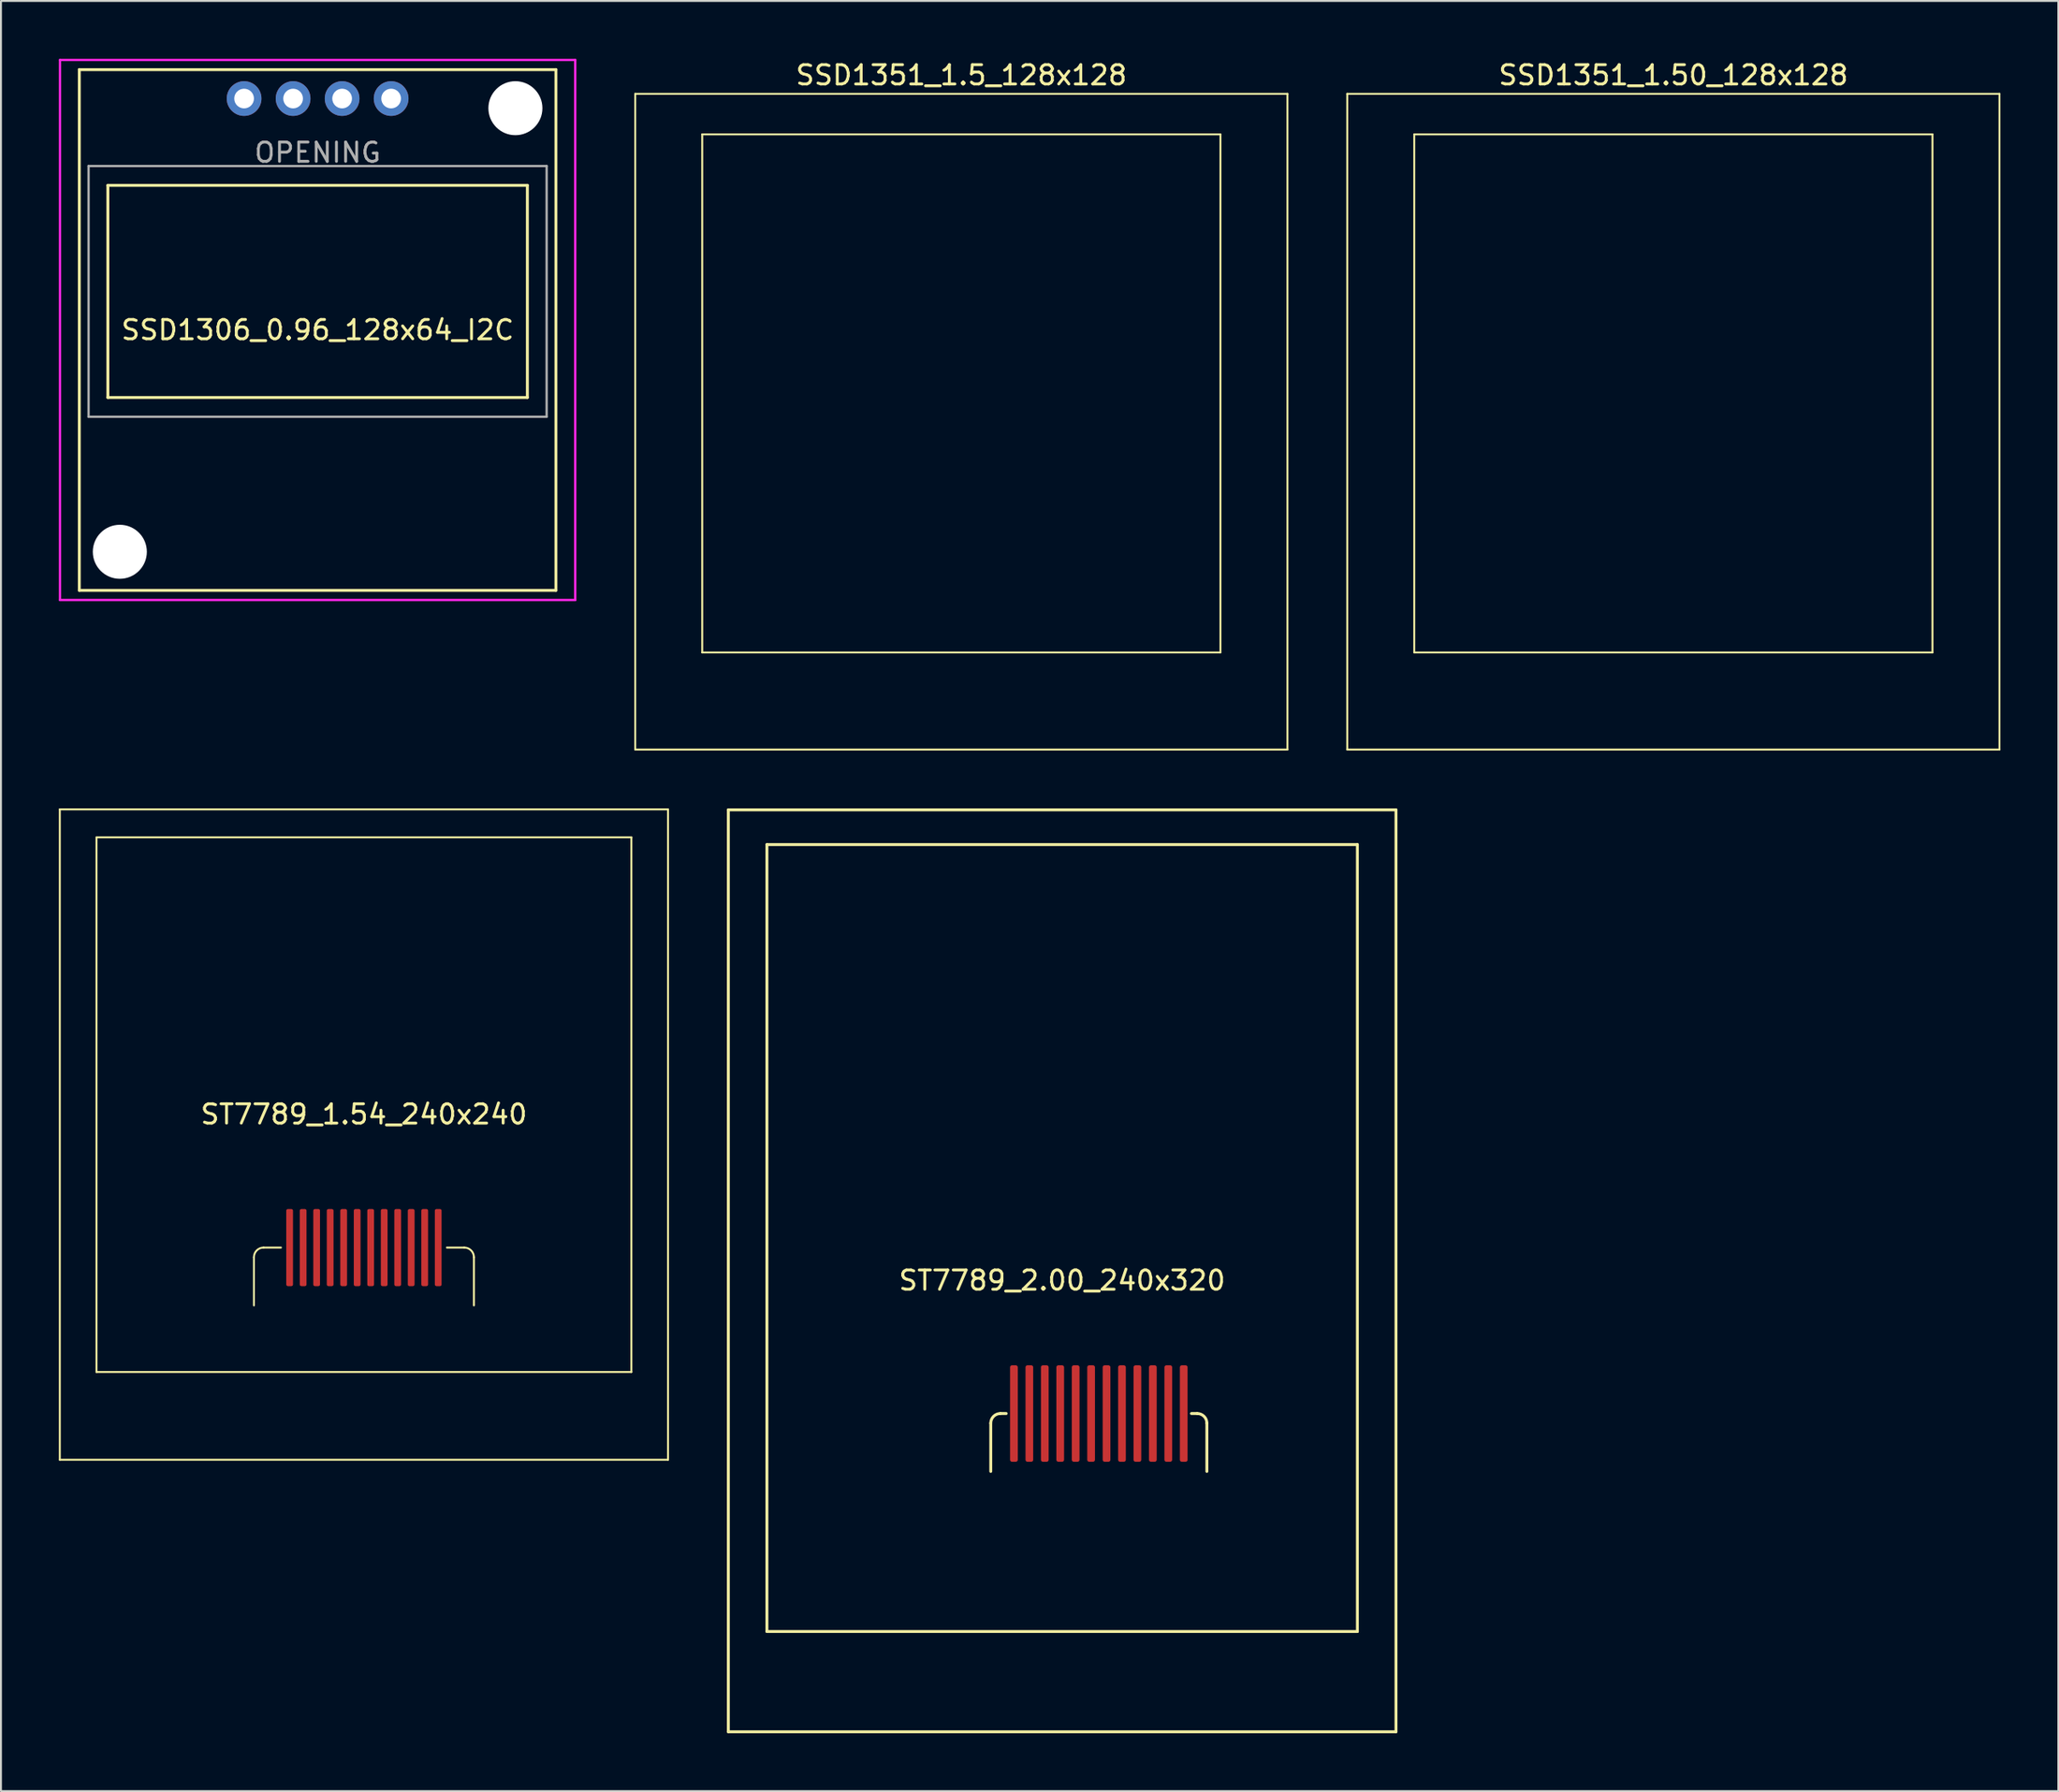
<source format=kicad_pcb>
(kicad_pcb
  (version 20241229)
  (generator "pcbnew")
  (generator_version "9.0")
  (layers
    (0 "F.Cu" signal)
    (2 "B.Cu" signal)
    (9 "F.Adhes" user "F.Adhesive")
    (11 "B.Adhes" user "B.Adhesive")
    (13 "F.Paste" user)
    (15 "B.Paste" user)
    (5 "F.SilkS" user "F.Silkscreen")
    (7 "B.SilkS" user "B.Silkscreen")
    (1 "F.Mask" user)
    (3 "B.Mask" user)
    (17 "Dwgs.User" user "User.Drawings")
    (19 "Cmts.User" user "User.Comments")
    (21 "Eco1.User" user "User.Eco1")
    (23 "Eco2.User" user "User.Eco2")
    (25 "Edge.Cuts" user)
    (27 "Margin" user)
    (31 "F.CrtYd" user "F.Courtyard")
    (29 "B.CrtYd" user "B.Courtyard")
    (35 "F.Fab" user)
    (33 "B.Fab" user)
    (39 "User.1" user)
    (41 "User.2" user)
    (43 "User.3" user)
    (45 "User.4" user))
  (footprint "SSD1351_1.5_128x128"
    (layer "F.Cu")
    (at 46.77 17.348)
    (property "Reference" "SSD1351_1.5_128x128" (at 0 -16.5 0) (layer "F.SilkS") (effects (font (size 1 1) (thickness 0.15))))
    (attr through_hole)
    (fp_line (start -16.9 -15.532) (end -16.9 18.468) (stroke (width 0.1) (type solid)) (layer "F.SilkS"))
    (fp_line (start -16.9 -15.532) (end 16.9 -15.532) (stroke (width 0.1) (type solid)) (layer "F.SilkS"))
    (fp_line (start -16.9 18.468) (end 16.9 18.468) (stroke (width 0.1) (type solid)) (layer "F.SilkS"))
    (fp_line (start -13.428 -13.432) (end -13.428 13.432) (stroke (width 0.1) (type solid)) (layer "F.SilkS"))
    (fp_line (start -13.428 -13.432) (end 13.428 -13.432) (stroke (width 0.1) (type solid)) (layer "F.SilkS"))
    (fp_line (start -13.428 13.432) (end 13.428 13.432) (stroke (width 0.1) (type solid)) (layer "F.SilkS"))
    (fp_line (start 13.428 -13.432) (end 13.428 13.432) (stroke (width 0.1) (type solid)) (layer "F.SilkS"))
    (fp_line (start 16.9 -15.532) (end 16.9 18.468) (stroke (width 0.1) (type solid)) (layer "F.SilkS")))
  (footprint "SSD1351_1.50_128x128"
    (layer "F.Cu")
    (at 83.67 17.348)
    (property "Reference" "SSD1351_1.50_128x128" (at 0 -16.5 0) (layer "F.SilkS") (effects (font (size 1 1) (thickness 0.15))))
    (attr through_hole)
    (fp_line (start -16.9 -15.532) (end -16.9 18.468) (stroke (width 0.1) (type solid)) (layer "F.SilkS"))
    (fp_line (start -16.9 -15.532) (end 16.9 -15.532) (stroke (width 0.1) (type solid)) (layer "F.SilkS"))
    (fp_line (start -16.9 18.468) (end 16.9 18.468) (stroke (width 0.1) (type solid)) (layer "F.SilkS"))
    (fp_line (start -13.428 -13.432) (end -13.428 13.432) (stroke (width 0.1) (type solid)) (layer "F.SilkS"))
    (fp_line (start -13.428 -13.432) (end 13.428 -13.432) (stroke (width 0.1) (type solid)) (layer "F.SilkS"))
    (fp_line (start -13.428 13.432) (end 13.428 13.432) (stroke (width 0.1) (type solid)) (layer "F.SilkS"))
    (fp_line (start 13.428 -13.432) (end 13.428 13.432) (stroke (width 0.1) (type solid)) (layer "F.SilkS"))
    (fp_line (start 16.9 -15.532) (end 16.9 18.468) (stroke (width 0.1) (type solid)) (layer "F.SilkS")))
  (footprint "ST7789_2.00_240x320"
    (layer "F.Cu")
    (at 51.995 62.841)
    (property "Reference" "ST7789_2.00_240x320" (at 0 0.5 0) (layer "F.SilkS") (effects (font (size 1 1) (thickness 0.15))))
    (attr smd)
    (fp_line (start -17.3 -23.9) (end -17.3 23.9) (stroke (width 0.15) (type solid)) (layer "F.SilkS"))
    (fp_line (start -17.3 -23.9) (end 17.3 -23.9) (stroke (width 0.15) (type solid)) (layer "F.SilkS"))
    (fp_line (start -17.3 23.9) (end 17.3 23.9) (stroke (width 0.15) (type solid)) (layer "F.SilkS"))
    (fp_line (start -15.3 -22.1) (end 15.3 -22.1) (stroke (width 0.15) (type solid)) (layer "F.SilkS"))
    (fp_line (start -15.3 18.7) (end -15.3 -22.1) (stroke (width 0.15) (type solid)) (layer "F.SilkS"))
    (fp_line (start -15.3 18.7) (end 15.3 18.7) (stroke (width 0.15) (type solid)) (layer "F.SilkS"))
    (fp_line (start -3.7 7.9) (end -3.7 10.4) (stroke (width 0.15) (type solid)) (layer "F.SilkS"))
    (fp_line (start -3.2 7.4) (end -2.9 7.4) (stroke (width 0.15) (type solid)) (layer "F.SilkS"))
    (fp_line (start 6.7 7.4) (end 7 7.4) (stroke (width 0.15) (type solid)) (layer "F.SilkS"))
    (fp_line (start 7.5 7.9) (end 7.5 10.4) (stroke (width 0.15) (type solid)) (layer "F.SilkS"))
    (fp_line (start 15.3 -22.1) (end 15.3 18.7) (stroke (width 0.15) (type solid)) (layer "F.SilkS"))
    (fp_line (start 17.3 23.9) (end 17.3 -23.9) (stroke (width 0.15) (type solid)) (layer "F.SilkS"))
    (fp_arc (start -3.7 7.9) (mid -3.553553 7.546447) (end -3.2 7.4) (stroke (width 0.15) (type solid)) (layer "F.SilkS"))
    (fp_arc (start 7 7.4) (mid 7.353553 7.546447) (end 7.5 7.9) (stroke (width 0.15) (type solid)) (layer "F.SilkS"))
    (pad "1" smd roundrect (at 6.3 7.4) (size 0.4 5) (layers "F.Cu" "F.Mask") (roundrect_rratio 0.25))
    (pad "2" smd roundrect (at 5.5 7.4) (size 0.4 5) (layers "F.Cu" "F.Mask") (roundrect_rratio 0.25))
    (pad "3" smd roundrect (at 4.7 7.4) (size 0.4 5) (layers "F.Cu" "F.Mask") (roundrect_rratio 0.25))
    (pad "4" smd roundrect (at 3.9 7.4) (size 0.4 5) (layers "F.Cu" "F.Mask") (roundrect_rratio 0.25))
    (pad "5" smd roundrect (at 3.1 7.4) (size 0.4 5) (layers "F.Cu" "F.Mask") (roundrect_rratio 0.25))
    (pad "6" smd roundrect (at 2.3 7.4) (size 0.4 5) (layers "F.Cu" "F.Mask") (roundrect_rratio 0.25))
    (pad "7" smd roundrect (at 1.5 7.4) (size 0.4 5) (layers "F.Cu" "F.Mask") (roundrect_rratio 0.25))
    (pad "8" smd roundrect (at 0.7 7.4) (size 0.4 5) (layers "F.Cu" "F.Mask") (roundrect_rratio 0.25))
    (pad "9" smd roundrect (at -0.1 7.4) (size 0.4 5) (layers "F.Cu" "F.Mask") (roundrect_rratio 0.25))
    (pad "10" smd roundrect (at -0.9 7.4) (size 0.4 5) (layers "F.Cu" "F.Mask") (roundrect_rratio 0.25))
    (pad "11" smd roundrect (at -1.7 7.4) (size 0.4 5) (layers "F.Cu" "F.Mask") (roundrect_rratio 0.25))
    (pad "12" smd roundrect (at -2.5 7.4) (size 0.4 5) (layers "F.Cu" "F.Mask") (roundrect_rratio 0.25)))
  (footprint "SSD1306_0.96_128x64_I2C"
    (layer "F.Cu")
    (at 13.41 14.06)
    (property "Reference" "SSD1306_0.96_128x64_I2C" (at 0 0 0) (layer "F.SilkS") (effects (font (size 1 1) (thickness 0.15))))
    (attr through_hole)
    (fp_line (start -12.35 -13.5) (end 12.35 -13.5) (stroke (width 0.15) (type solid)) (layer "F.SilkS"))
    (fp_line (start -12.35 13.5) (end -12.35 -13.5) (stroke (width 0.15) (type solid)) (layer "F.SilkS"))
    (fp_line (start -10.87 -7.5) (end 10.87 -7.5) (stroke (width 0.15) (type solid)) (layer "F.SilkS"))
    (fp_line (start -10.87 3.5) (end -10.87 -7.5) (stroke (width 0.15) (type solid)) (layer "F.SilkS"))
    (fp_line (start 10.87 -7.5) (end 10.87 3.5) (stroke (width 0.15) (type solid)) (layer "F.SilkS"))
    (fp_line (start 10.87 3.5) (end -10.87 3.5) (stroke (width 0.15) (type solid)) (layer "F.SilkS"))
    (fp_line (start 12.35 -13.5) (end 12.35 13.5) (stroke (width 0.15) (type solid)) (layer "F.SilkS"))
    (fp_line (start 12.35 13.5) (end -12.35 13.5) (stroke (width 0.15) (type solid)) (layer "F.SilkS"))
    (fp_line (start -13.35 -14) (end 13.35 -14) (stroke (width 0.12) (type solid)) (layer "F.CrtYd"))
    (fp_line (start -13.35 14) (end -13.35 -14) (stroke (width 0.12) (type solid)) (layer "F.CrtYd"))
    (fp_line (start 13.35 -14) (end 13.35 14) (stroke (width 0.12) (type solid)) (layer "F.CrtYd"))
    (fp_line (start 13.35 14) (end -13.35 14) (stroke (width 0.12) (type solid)) (layer "F.CrtYd"))
    (fp_line (start -11.87 -8.5) (end 11.87 -8.5) (stroke (width 0.12) (type solid)) (layer "F.Fab"))
    (fp_line (start -11.87 4.5) (end -11.87 -8.5) (stroke (width 0.12) (type solid)) (layer "F.Fab"))
    (fp_line (start -11.87 4.5) (end 11.87 4.5) (stroke (width 0.12) (type solid)) (layer "F.Fab"))
    (fp_line (start 11.87 -8.5) (end 11.87 4.5) (stroke (width 0.12) (type solid)) (layer "F.Fab"))
    (fp_text user "OPENING" (at 0 -9.2 0) (layer "F.Fab") (effects (font (size 1 1) (thickness 0.15))))
    (pad "" np_thru_hole circle (at -10.25 11.5) (size 2.8 2.8) (drill 2.8) (layers "*.Cu" "*.Mask"))
    (pad "" np_thru_hole circle (at 10.25 -11.5) (size 2.8 2.8) (drill 2.8) (layers "*.Cu" "*.Mask"))
    (pad "1" thru_hole circle (at -3.81 -12) (size 1.8 1.8) (drill 1.02) (layers "*.Cu" "*.Mask"))
    (pad "2" thru_hole circle (at -1.27 -12) (size 1.8 1.8) (drill 1.02) (layers "*.Cu" "*.Mask"))
    (pad "3" thru_hole circle (at 1.27 -12) (size 1.8 1.8) (drill 1.02) (layers "*.Cu" "*.Mask"))
    (pad "4" thru_hole circle (at 3.81 -12) (size 1.8 1.8) (drill 1.02) (layers "*.Cu" "*.Mask")))
  (footprint "ST7789_1.54_240x240"
    (layer "F.Cu")
    (at 15.81 54.226)
    (property "Reference" "ST7789_1.54_240x240" (at 0 0.5 0) (layer "F.SilkS") (effects (font (size 1 1) (thickness 0.15))))
    (attr smd)
    (fp_line (start -15.76 -15.31) (end -15.76 18.41) (stroke (width 0.1) (type solid)) (layer "F.SilkS"))
    (fp_line (start -15.76 -15.31) (end 15.76 -15.31) (stroke (width 0.1) (type solid)) (layer "F.SilkS"))
    (fp_line (start -15.76 18.41) (end 15.76 18.41) (stroke (width 0.1) (type solid)) (layer "F.SilkS"))
    (fp_line (start -13.86 -13.86) (end 13.86 -13.86) (stroke (width 0.1) (type solid)) (layer "F.SilkS"))
    (fp_line (start -13.86 13.86) (end -13.86 -13.86) (stroke (width 0.1) (type solid)) (layer "F.SilkS"))
    (fp_line (start -5.7 7.91) (end -5.7 10.41) (stroke (width 0.1) (type solid)) (layer "F.SilkS"))
    (fp_line (start -5.2 7.41) (end -4.3 7.41) (stroke (width 0.1) (type solid)) (layer "F.SilkS"))
    (fp_line (start 4.3 7.41) (end 5.2 7.41) (stroke (width 0.1) (type solid)) (layer "F.SilkS"))
    (fp_line (start 5.7 7.91) (end 5.7 10.41) (stroke (width 0.1) (type solid)) (layer "F.SilkS"))
    (fp_line (start 13.86 -13.86) (end 13.86 13.86) (stroke (width 0.1) (type solid)) (layer "F.SilkS"))
    (fp_line (start 13.86 13.86) (end -13.86 13.86) (stroke (width 0.1) (type solid)) (layer "F.SilkS"))
    (fp_line (start 15.76 18.41) (end 15.76 -15.31) (stroke (width 0.1) (type solid)) (layer "F.SilkS"))
    (fp_arc (start -5.7 7.91) (mid -5.553553 7.556447) (end -5.2 7.41) (stroke (width 0.1) (type solid)) (layer "F.SilkS"))
    (fp_arc (start 5.2 7.41) (mid 5.553553 7.556447) (end 5.7 7.91) (stroke (width 0.1) (type solid)) (layer "F.SilkS"))
    (pad "1" smd roundrect (at 3.85 7.41) (size 0.35 4) (layers "F.Cu" "F.Mask") (roundrect_rratio 0.25))
    (pad "2" smd roundrect (at 3.15 7.41) (size 0.35 4) (layers "F.Cu" "F.Mask") (roundrect_rratio 0.25))
    (pad "3" smd roundrect (at 2.45 7.41) (size 0.35 4) (layers "F.Cu" "F.Mask") (roundrect_rratio 0.25))
    (pad "4" smd roundrect (at 1.75 7.41) (size 0.35 4) (layers "F.Cu" "F.Mask") (roundrect_rratio 0.25))
    (pad "5" smd roundrect (at 1.05 7.41) (size 0.35 4) (layers "F.Cu" "F.Mask") (roundrect_rratio 0.25))
    (pad "6" smd roundrect (at 0.35 7.41) (size 0.35 4) (layers "F.Cu" "F.Mask") (roundrect_rratio 0.25))
    (pad "7" smd roundrect (at -0.35 7.41) (size 0.35 4) (layers "F.Cu" "F.Mask") (roundrect_rratio 0.25))
    (pad "8" smd roundrect (at -1.05 7.41) (size 0.35 4) (layers "F.Cu" "F.Mask") (roundrect_rratio 0.25))
    (pad "9" smd roundrect (at -1.75 7.41) (size 0.35 4) (layers "F.Cu" "F.Mask") (roundrect_rratio 0.25))
    (pad "10" smd roundrect (at -2.45 7.41) (size 0.35 4) (layers "F.Cu" "F.Mask") (roundrect_rratio 0.25))
    (pad "11" smd roundrect (at -3.15 7.41) (size 0.35 4) (layers "F.Cu" "F.Mask") (roundrect_rratio 0.25))
    (pad "12" smd roundrect (at -3.85 7.41) (size 0.35 4) (layers "F.Cu" "F.Mask") (roundrect_rratio 0.25)))
  (gr_rect
    (start -3 -3)
    (end 103.62 89.816)
    (stroke (width 0.1) (type default))
    (fill no)
    (layer "Edge.Cuts")))
</source>
